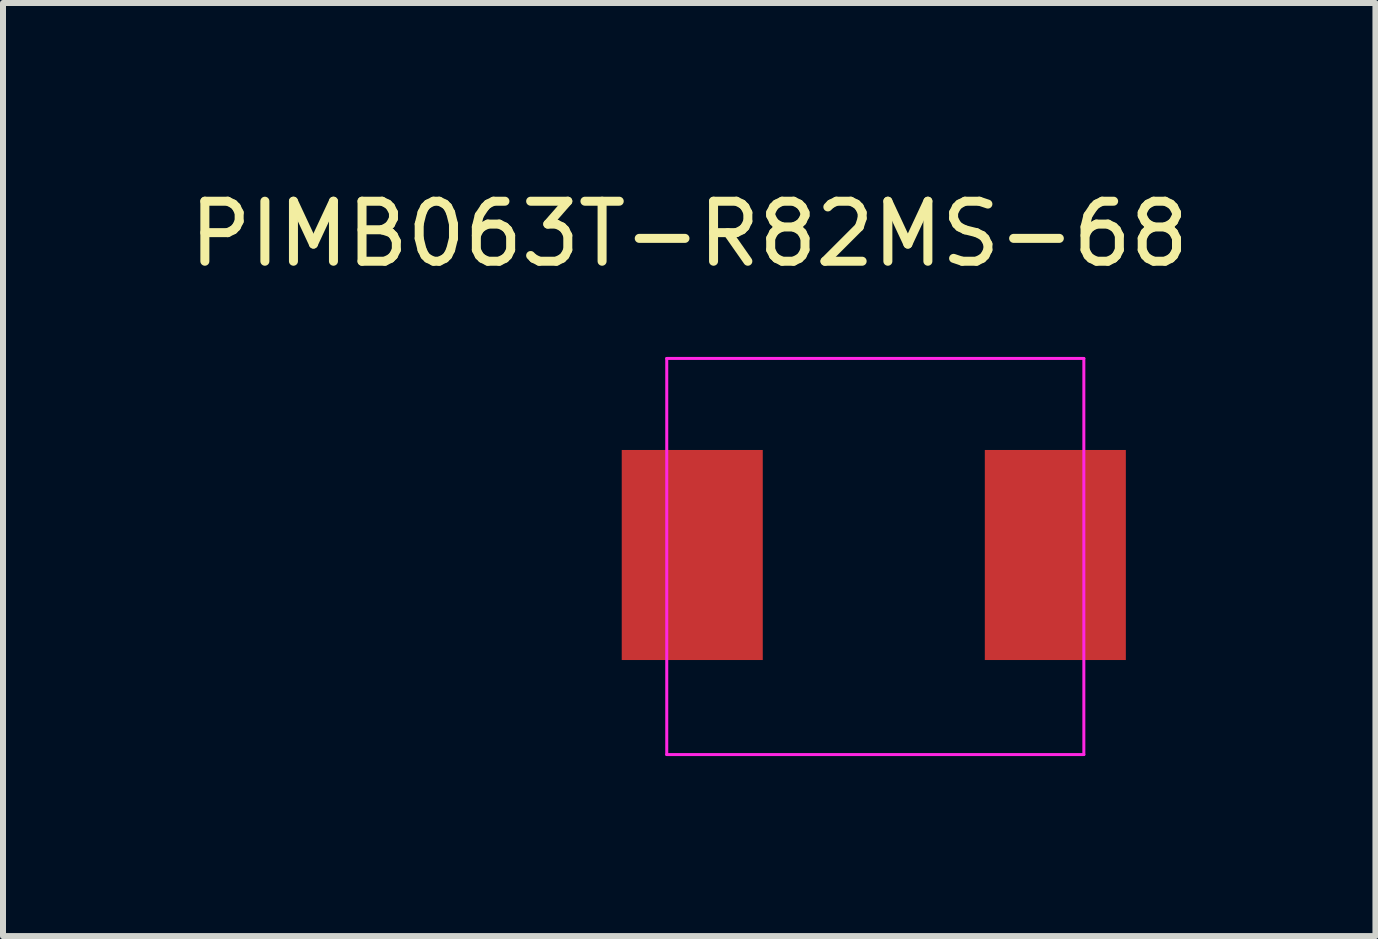
<source format=kicad_pcb>
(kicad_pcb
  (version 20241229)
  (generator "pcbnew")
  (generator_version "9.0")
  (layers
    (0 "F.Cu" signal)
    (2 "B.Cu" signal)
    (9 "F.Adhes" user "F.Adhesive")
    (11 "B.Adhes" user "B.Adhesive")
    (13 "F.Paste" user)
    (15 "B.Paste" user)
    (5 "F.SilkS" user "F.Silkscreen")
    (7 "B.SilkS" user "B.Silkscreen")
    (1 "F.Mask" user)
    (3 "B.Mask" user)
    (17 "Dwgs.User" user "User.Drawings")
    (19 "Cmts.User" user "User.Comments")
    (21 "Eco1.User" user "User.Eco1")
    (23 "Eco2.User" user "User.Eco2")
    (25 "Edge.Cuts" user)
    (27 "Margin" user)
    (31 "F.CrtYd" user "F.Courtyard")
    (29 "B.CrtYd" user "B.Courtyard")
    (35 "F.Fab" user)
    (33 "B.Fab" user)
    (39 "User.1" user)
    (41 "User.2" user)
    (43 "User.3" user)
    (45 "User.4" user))
  (footprint "PIMB063T-R82MS-68"
    (layer "F.Cu")
    (at 8.485 6.198)
    (property "Reference" "PIMB063T-R82MS-68" (at -0.05 -5.35 0) (layer "F.SilkS") (effects (font (size 1 1) (thickness 0.15))))
    (attr through_hole)
    (fp_line (start -0.425 -3.275) (end -0.425 3.325) (stroke (width 0.05) (type solid)) (layer "F.CrtYd"))
    (fp_line (start -0.425 -3.275) (end 6.525 -3.275) (stroke (width 0.05) (type solid)) (layer "F.CrtYd"))
    (fp_line (start -0.425 3.325) (end 6.525 3.325) (stroke (width 0.05) (type solid)) (layer "F.CrtYd"))
    (fp_line (start 6.525 -3.275) (end 6.525 3.325) (stroke (width 0.05) (type solid)) (layer "F.CrtYd"))
    (pad "1" smd rect (at 0 0) (size 2.35 3.5) (layers "F.Cu" "F.Mask" "F.Paste"))
    (pad "2" smd rect (at 6.05 0) (size 2.35 3.5) (layers "F.Cu" "F.Mask" "F.Paste")))
  (gr_rect
    (start -3 -3)
    (end 19.869 12.548)
    (stroke (width 0.1) (type default))
    (fill no)
    (layer "Edge.Cuts")))
</source>
